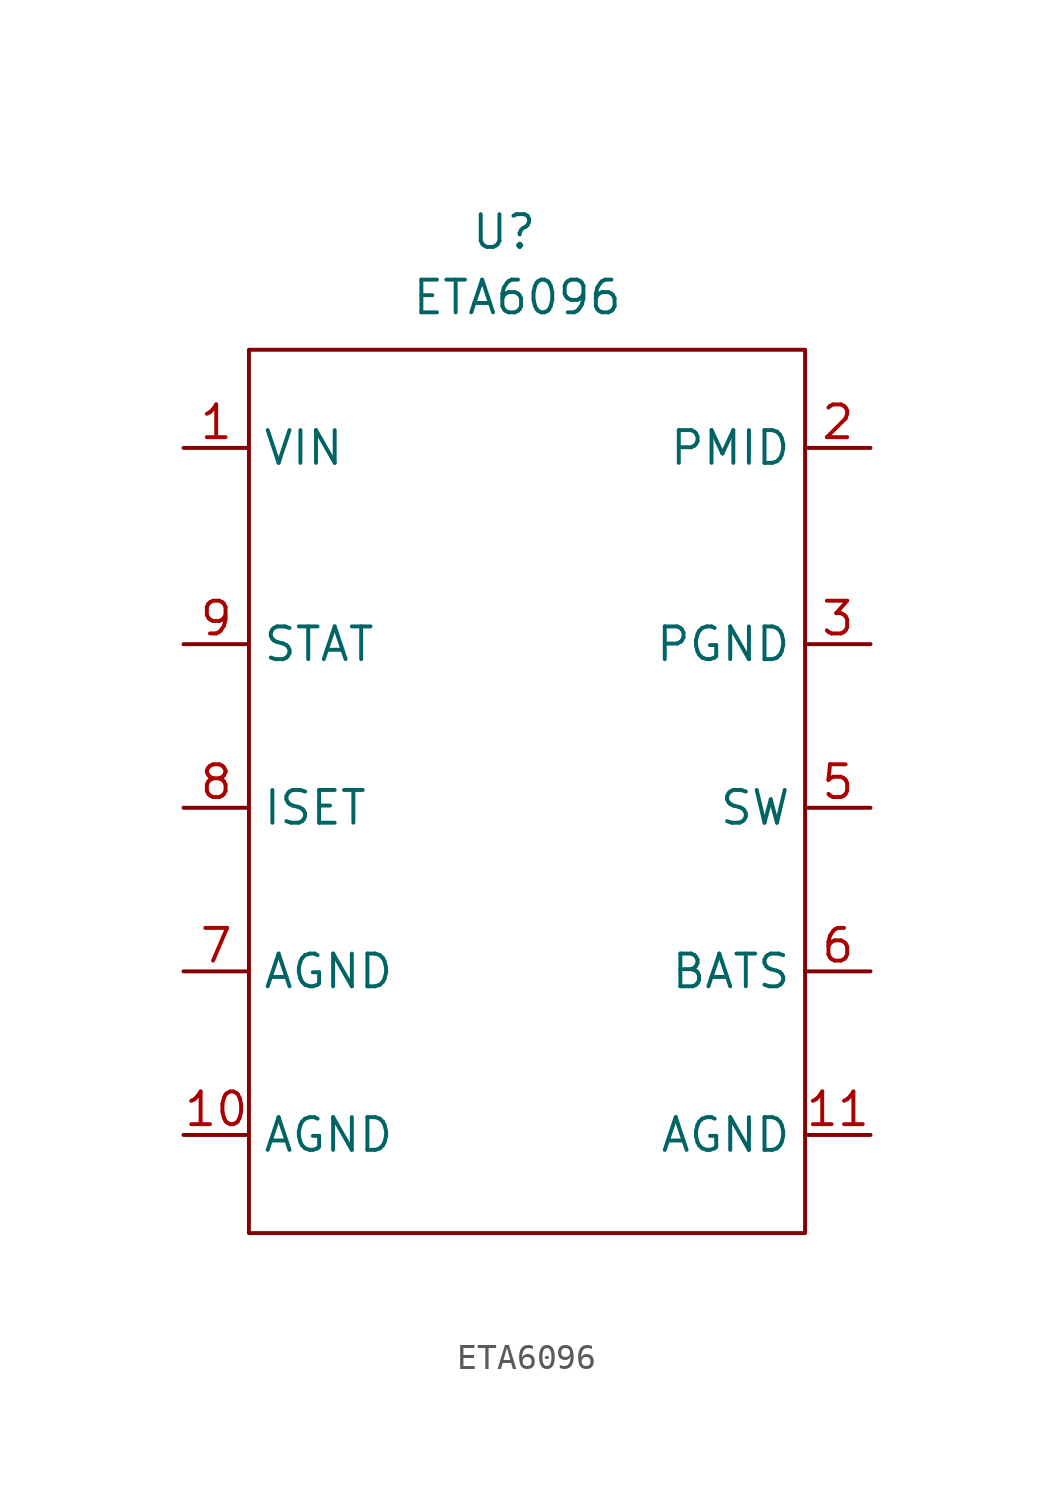
<source format=kicad_sym>
(kicad_symbol_lib
  (version 20231120)
  (generator "kicad_symbol_editor")
  (generator_version "8.0")
  (symbol "ETA6096"
    (property "Reference" "U"
      (at -0.254 21.082 0)
      (effects (font (size 1.27 1.27))))
    (property "Value" "ETA6096"
      (at 0.254 18.542 0)
      (effects (font (size 1.27 1.27))))
    (symbol "ETA6096_0_1"
      (rectangle (start -10.16 16.51) (end 11.43 -17.78) (stroke (width 0) (type default)) (fill (type none))))
    (symbol "ETA6096_1_1"
      (pin input line (at -12.7 12.7 0) (length 2.54) (name "VIN" (effects (font (size 1.27 1.27)))) (number "1" (effects (font (size 1.27 1.27)))))
      (pin power_in line (at -12.7 -13.97 0) (length 2.54) (name "AGND" (effects (font (size 1.27 1.27)))) (number "10" (effects (font (size 1.27 1.27)))))
      (pin power_in line (at 13.97 -13.97 180) (length 2.54) (name "AGND" (effects (font (size 1.27 1.27)))) (number "11" (effects (font (size 1.27 1.27)))))
      (pin bidirectional line (at 13.97 12.7 180) (length 2.54) (name "PMID" (effects (font (size 1.27 1.27)))) (number "2" (effects (font (size 1.27 1.27)))))
      (pin power_in line (at 13.97 5.08 180) (length 2.54) (name "PGND" (effects (font (size 1.27 1.27)))) (number "3" (effects (font (size 1.27 1.27)))))
      (pin bidirectional line (at 13.97 -1.27 180) (length 2.54) (name "SW" (effects (font (size 1.27 1.27)))) (number "5" (effects (font (size 1.27 1.27)))))
      (pin input line (at 13.97 -7.62 180) (length 2.54) (name "BATS" (effects (font (size 1.27 1.27)))) (number "6" (effects (font (size 1.27 1.27)))))
      (pin power_in line (at -12.7 -7.62 0) (length 2.54) (name "AGND" (effects (font (size 1.27 1.27)))) (number "7" (effects (font (size 1.27 1.27)))))
      (pin input line (at -12.7 -1.27 0) (length 2.54) (name "ISET" (effects (font (size 1.27 1.27)))) (number "8" (effects (font (size 1.27 1.27)))))
      (pin output line (at -12.7 5.08 0) (length 2.54) (name "STAT" (effects (font (size 1.27 1.27)))) (number "9" (effects (font (size 1.27 1.27))))))))
</source>
